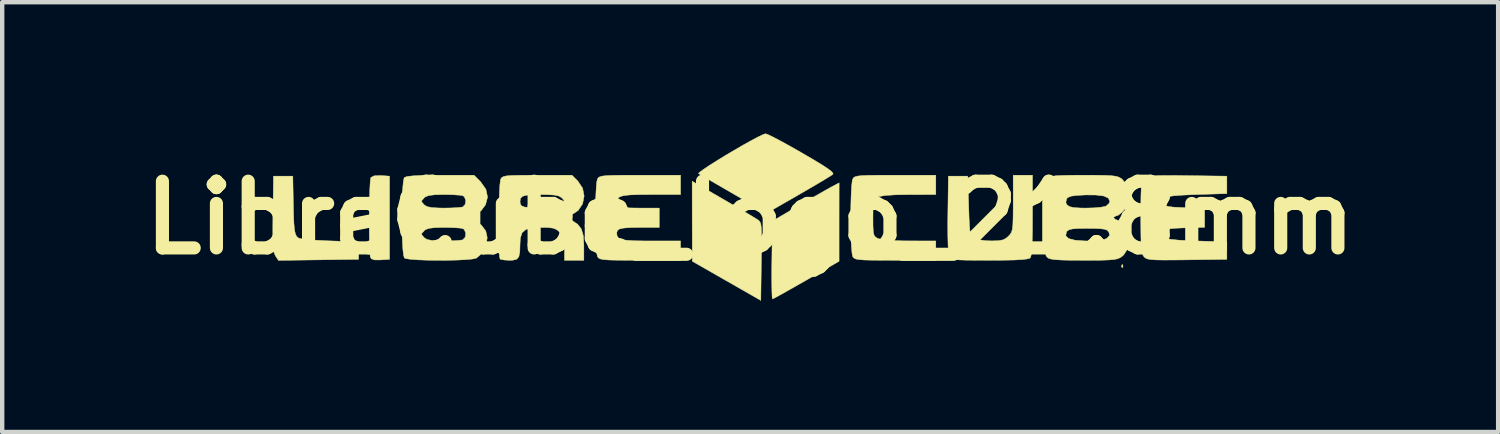
<source format=kicad_pcb>
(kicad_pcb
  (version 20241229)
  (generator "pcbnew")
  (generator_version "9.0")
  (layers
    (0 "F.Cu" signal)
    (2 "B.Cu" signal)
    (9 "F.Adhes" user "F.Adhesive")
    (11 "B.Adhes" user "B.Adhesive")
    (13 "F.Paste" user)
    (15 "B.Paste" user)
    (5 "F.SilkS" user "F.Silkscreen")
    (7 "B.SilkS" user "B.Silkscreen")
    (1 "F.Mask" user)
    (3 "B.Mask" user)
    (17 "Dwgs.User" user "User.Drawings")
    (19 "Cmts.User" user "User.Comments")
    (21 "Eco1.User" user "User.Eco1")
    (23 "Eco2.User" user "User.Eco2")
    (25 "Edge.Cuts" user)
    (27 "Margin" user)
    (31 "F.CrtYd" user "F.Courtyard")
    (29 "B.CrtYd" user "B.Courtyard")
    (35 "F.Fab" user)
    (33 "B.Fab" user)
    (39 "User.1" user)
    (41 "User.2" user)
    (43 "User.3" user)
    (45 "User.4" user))
  (footprint "LibreCube_logo_21.8mm"
    (layer "F.Cu")
    (at 14.086 1.924)
    (property "Reference" "LibreCube_logo_21.8mm" (at 0 0 0) (layer "F.SilkS") (effects (font (size 1.524 1.524) (thickness 0.3))))
    (attr through_hole)
    (fp_poly (pts (xy 8.511 1.075) (xy 8.516 1.127) (xy 8.511 1.134) (xy 8.485 1.128) (xy 8.481 1.104) (xy 8.498 1.068) (xy 8.511 1.075)) (stroke (width 0.01) (type solid)) (fill yes) (layer "F.SilkS"))
    (fp_poly (pts (xy -0.626 -0.428) (xy -0.395 -0.294) (xy -0.186 -0.171) (xy -0.012 -0.068) (xy 0.113 0.008) (xy 0.171 0.044) (xy 0.204 0.069) (xy 0.228 0.102) (xy 0.245 0.154) (xy 0.255 0.238) (xy 0.26 0.366) (xy 0.261 0.551) (xy 0.258 0.803) (xy 0.255 1) (xy 0.243 1.889) (xy -0.54 1.441) (xy -1.322 0.994) (xy -1.324 0.08) (xy -1.325 -0.834) (xy -0.626 -0.428)) (stroke (width 0.01) (type solid)) (fill yes) (layer "F.SilkS"))
    (fp_poly (pts (xy -8.433 -0.964) (xy -8.238 -0.95) (xy -8.238 0.95) (xy -8.443 0.963) (xy -8.579 0.963) (xy -8.651 0.938) (xy -8.675 0.904) (xy -8.685 0.833) (xy -8.693 0.692) (xy -8.698 0.499) (xy -8.701 0.27) (xy -8.701 0.023) (xy -8.699 -0.227) (xy -8.694 -0.461) (xy -8.688 -0.664) (xy -8.679 -0.818) (xy -8.668 -0.907) (xy -8.664 -0.919) (xy -8.59 -0.958) (xy -8.442 -0.964) (xy -8.433 -0.964)) (stroke (width 0.01) (type solid)) (fill yes) (layer "F.SilkS"))
    (fp_poly (pts (xy 2.031 0.098) (xy 2.031 0.994) (xy 1.283 1.425) (xy 1.051 1.557) (xy 0.846 1.673) (xy 0.68 1.766) (xy 0.564 1.829) (xy 0.511 1.855) (xy 0.509 1.855) (xy 0.502 1.813) (xy 0.497 1.696) (xy 0.494 1.517) (xy 0.493 1.289) (xy 0.495 1.026) (xy 0.496 0.966) (xy 0.508 0.076) (xy 1.104 -0.273) (xy 1.324 -0.401) (xy 1.531 -0.52) (xy 1.706 -0.62) (xy 1.831 -0.69) (xy 1.866 -0.709) (xy 2.032 -0.797) (xy 2.031 0.098)) (stroke (width 0.01) (type solid)) (fill yes) (layer "F.SilkS"))
    (fp_poly (pts (xy -10.436 -0.353) (xy -10.43 -0.073) (xy -10.422 0.132) (xy -10.409 0.275) (xy -10.389 0.368) (xy -10.361 0.425) (xy -10.322 0.459) (xy -10.304 0.469) (xy -10.233 0.484) (xy -10.093 0.499) (xy -9.9 0.514) (xy -9.673 0.526) (xy -9.586 0.529) (xy -8.945 0.552) (xy -8.945 0.95) (xy -9.86 0.962) (xy -10.775 0.974) (xy -10.844 0.869) (xy -10.868 0.818) (xy -10.886 0.744) (xy -10.897 0.633) (xy -10.903 0.474) (xy -10.904 0.254) (xy -10.902 -0.041) (xy -10.901 -0.093) (xy -10.889 -0.95) (xy -10.447 -0.95) (xy -10.436 -0.353)) (stroke (width 0.01) (type solid)) (fill yes) (layer "F.SilkS"))
    (fp_poly (pts (xy 0.409 -1.899) (xy 0.53 -1.84) (xy 0.702 -1.75) (xy 0.911 -1.635) (xy 1.146 -1.502) (xy 1.182 -1.481) (xy 1.452 -1.323) (xy 1.652 -1.202) (xy 1.787 -1.112) (xy 1.866 -1.05) (xy 1.894 -1.009) (xy 1.889 -0.991) (xy 1.834 -0.955) (xy 1.716 -0.882) (xy 1.547 -0.781) (xy 1.34 -0.66) (xy 1.109 -0.526) (xy 1.104 -0.523) (xy 0.375 -0.105) (xy -0.375 -0.541) (xy -0.61 -0.677) (xy -0.82 -0.799) (xy -0.993 -0.899) (xy -1.116 -0.971) (xy -1.177 -1.006) (xy -1.179 -1.007) (xy -1.158 -1.037) (xy -1.073 -1.1) (xy -0.938 -1.191) (xy -0.765 -1.3) (xy -0.569 -1.421) (xy -0.362 -1.543) (xy -0.159 -1.661) (xy 0.028 -1.765) (xy 0.185 -1.848) (xy 0.298 -1.902) (xy 0.351 -1.919) (xy 0.409 -1.899)) (stroke (width 0.01) (type solid)) (fill yes) (layer "F.SilkS"))
    (fp_poly (pts (xy 6.449 -0.053) (xy 6.448 0.292) (xy 6.442 0.556) (xy 6.432 0.743) (xy 6.417 0.862) (xy 6.398 0.917) (xy 6.396 0.919) (xy 6.343 0.939) (xy 6.226 0.954) (xy 6.039 0.965) (xy 5.775 0.97) (xy 5.47 0.972) (xy 5.171 0.971) (xy 4.948 0.969) (xy 4.79 0.964) (xy 4.683 0.955) (xy 4.616 0.941) (xy 4.578 0.921) (xy 4.555 0.893) (xy 4.551 0.885) (xy 4.533 0.805) (xy 4.521 0.643) (xy 4.515 0.407) (xy 4.514 0.102) (xy 4.516 -0.076) (xy 4.528 -0.95) (xy 4.97 -0.95) (xy 4.992 -0.266) (xy 5 -0.007) (xy 5.009 0.178) (xy 5.02 0.303) (xy 5.036 0.381) (xy 5.059 0.428) (xy 5.092 0.456) (xy 5.124 0.473) (xy 5.227 0.503) (xy 5.381 0.524) (xy 5.513 0.529) (xy 5.677 0.524) (xy 5.783 0.503) (xy 5.861 0.457) (xy 5.899 0.422) (xy 5.942 0.376) (xy 5.971 0.326) (xy 5.99 0.257) (xy 6.001 0.154) (xy 6.006 -0.001) (xy 6.008 -0.222) (xy 6.008 -0.329) (xy 6.008 -0.972) (xy 6.449 -0.972) (xy 6.449 -0.053)) (stroke (width 0.01) (type solid)) (fill yes) (layer "F.SilkS"))
    (fp_poly (pts (xy 4.241 -0.972) (xy 4.241 -0.53) (xy 3.633 -0.529) (xy 3.322 -0.524) (xy 3.094 -0.51) (xy 2.95 -0.486) (xy 2.915 -0.473) (xy 2.864 -0.442) (xy 2.832 -0.401) (xy 2.814 -0.329) (xy 2.807 -0.209) (xy 2.805 -0.021) (xy 2.805 0) (xy 2.806 0.195) (xy 2.813 0.32) (xy 2.83 0.396) (xy 2.86 0.439) (xy 2.91 0.47) (xy 2.915 0.473) (xy 3.023 0.501) (xy 3.216 0.519) (xy 3.493 0.528) (xy 3.633 0.529) (xy 4.241 0.53) (xy 4.241 0.972) (xy 3.315 0.972) (xy 3.005 0.971) (xy 2.772 0.969) (xy 2.605 0.965) (xy 2.49 0.956) (xy 2.418 0.943) (xy 2.375 0.925) (xy 2.35 0.899) (xy 2.343 0.886) (xy 2.327 0.812) (xy 2.314 0.663) (xy 2.304 0.451) (xy 2.298 0.191) (xy 2.297 0) (xy 2.3 -0.286) (xy 2.307 -0.531) (xy 2.318 -0.722) (xy 2.332 -0.847) (xy 2.343 -0.886) (xy 2.363 -0.915) (xy 2.396 -0.936) (xy 2.455 -0.952) (xy 2.55 -0.962) (xy 2.694 -0.968) (xy 2.897 -0.971) (xy 3.173 -0.972) (xy 3.315 -0.972) (xy 4.241 -0.972)) (stroke (width 0.01) (type solid)) (fill yes) (layer "F.SilkS"))
    (fp_poly (pts (xy -1.59 -0.972) (xy -1.59 -0.53) (xy -2.266 -0.53) (xy -2.548 -0.528) (xy -2.754 -0.521) (xy -2.895 -0.505) (xy -2.983 -0.477) (xy -3.03 -0.436) (xy -3.047 -0.379) (xy -3.048 -0.349) (xy -3.035 -0.295) (xy -2.989 -0.258) (xy -2.895 -0.236) (xy -2.74 -0.224) (xy -2.511 -0.221) (xy -2.492 -0.221) (xy -2.076 -0.221) (xy -2.076 0.221) (xy -2.492 0.221) (xy -2.727 0.224) (xy -2.886 0.235) (xy -2.984 0.256) (xy -3.033 0.292) (xy -3.048 0.345) (xy -3.048 0.349) (xy -3.04 0.415) (xy -3.007 0.462) (xy -2.937 0.495) (xy -2.82 0.515) (xy -2.643 0.526) (xy -2.394 0.53) (xy -2.266 0.53) (xy -1.59 0.53) (xy -1.59 0.972) (xy -2.516 0.972) (xy -2.826 0.971) (xy -3.058 0.969) (xy -3.226 0.965) (xy -3.341 0.956) (xy -3.413 0.943) (xy -3.456 0.925) (xy -3.48 0.899) (xy -3.488 0.886) (xy -3.505 0.811) (xy -3.518 0.665) (xy -3.527 0.466) (xy -3.532 0.233) (xy -3.534 -0.017) (xy -3.532 -0.265) (xy -3.526 -0.495) (xy -3.516 -0.687) (xy -3.503 -0.825) (xy -3.488 -0.886) (xy -3.468 -0.915) (xy -3.435 -0.936) (xy -3.376 -0.952) (xy -3.281 -0.962) (xy -3.137 -0.968) (xy -2.934 -0.971) (xy -2.658 -0.972) (xy -2.516 -0.972) (xy -1.59 -0.972)) (stroke (width 0.01) (type solid)) (fill yes) (layer "F.SilkS"))
    (fp_poly (pts (xy 9.745 -0.965) (xy 9.988 -0.962) (xy 10.889 -0.95) (xy 10.889 -0.552) (xy 10.195 -0.53) (xy 9.896 -0.518) (xy 9.677 -0.502) (xy 9.529 -0.479) (xy 9.442 -0.448) (xy 9.409 -0.405) (xy 9.421 -0.348) (xy 9.437 -0.319) (xy 9.475 -0.283) (xy 9.545 -0.258) (xy 9.665 -0.243) (xy 9.851 -0.233) (xy 9.933 -0.23) (xy 10.381 -0.218) (xy 10.381 0.218) (xy 9.933 0.23) (xy 9.72 0.239) (xy 9.58 0.252) (xy 9.494 0.273) (xy 9.447 0.305) (xy 9.437 0.319) (xy 9.409 0.382) (xy 9.422 0.431) (xy 9.485 0.467) (xy 9.606 0.493) (xy 9.793 0.512) (xy 10.057 0.525) (xy 10.195 0.53) (xy 10.889 0.552) (xy 10.889 0.95) (xy 9.98 0.962) (xy 9.672 0.965) (xy 9.441 0.966) (xy 9.274 0.963) (xy 9.158 0.955) (xy 9.083 0.943) (xy 9.035 0.924) (xy 9.002 0.897) (xy 8.997 0.892) (xy 8.97 0.852) (xy 8.951 0.79) (xy 8.938 0.695) (xy 8.929 0.552) (xy 8.925 0.35) (xy 8.923 0.075) (xy 8.923 -0.008) (xy 8.924 -0.298) (xy 8.927 -0.514) (xy 8.933 -0.667) (xy 8.944 -0.77) (xy 8.961 -0.836) (xy 8.985 -0.878) (xy 9.005 -0.9) (xy 9.042 -0.925) (xy 9.097 -0.943) (xy 9.183 -0.956) (xy 9.312 -0.963) (xy 9.495 -0.966) (xy 9.745 -0.965)) (stroke (width 0.01) (type solid)) (fill yes) (layer "F.SilkS"))
    (fp_poly (pts (xy -3.935 -0.836) (xy -3.827 -0.674) (xy -3.793 -0.494) (xy -3.828 -0.317) (xy -3.929 -0.166) (xy -4.077 -0.067) (xy -4.212 -0.01) (xy -4.074 0.061) (xy -3.941 0.148) (xy -3.857 0.256) (xy -3.813 0.405) (xy -3.799 0.618) (xy -3.799 0.65) (xy -3.799 0.972) (xy -4.241 0.972) (xy -4.241 0.705) (xy -4.247 0.543) (xy -4.271 0.437) (xy -4.322 0.358) (xy -4.349 0.329) (xy -4.421 0.27) (xy -4.503 0.237) (xy -4.625 0.223) (xy -4.759 0.221) (xy -4.978 0.231) (xy -5.123 0.267) (xy -5.209 0.341) (xy -5.249 0.461) (xy -5.257 0.595) (xy -5.262 0.778) (xy -5.284 0.89) (xy -5.334 0.948) (xy -5.424 0.97) (xy -5.497 0.972) (xy -5.619 0.965) (xy -5.701 0.949) (xy -5.713 0.942) (xy -5.725 0.887) (xy -5.734 0.76) (xy -5.74 0.578) (xy -5.743 0.357) (xy -5.743 0.113) (xy -5.74 -0.136) (xy -5.735 -0.374) (xy -5.735 -0.374) (xy -5.257 -0.374) (xy -5.25 -0.311) (xy -5.22 -0.269) (xy -5.15 -0.244) (xy -5.028 -0.231) (xy -4.836 -0.225) (xy -4.763 -0.224) (xy -4.557 -0.227) (xy -4.422 -0.24) (xy -4.34 -0.268) (xy -4.31 -0.29) (xy -4.252 -0.356) (xy -4.256 -0.402) (xy -4.31 -0.461) (xy -4.374 -0.498) (xy -4.486 -0.52) (xy -4.663 -0.529) (xy -4.748 -0.53) (xy -4.969 -0.527) (xy -5.116 -0.514) (xy -5.204 -0.488) (xy -5.246 -0.443) (xy -5.257 -0.376) (xy -5.257 -0.374) (xy -5.735 -0.374) (xy -5.727 -0.585) (xy -5.717 -0.752) (xy -5.704 -0.859) (xy -5.697 -0.886) (xy -5.675 -0.917) (xy -5.638 -0.939) (xy -5.575 -0.955) (xy -5.47 -0.964) (xy -5.314 -0.969) (xy -5.091 -0.971) (xy -4.861 -0.972) (xy -4.071 -0.972) (xy -3.935 -0.836)) (stroke (width 0.01) (type solid)) (fill yes) (layer "F.SilkS"))
    (fp_poly (pts (xy -6.308 -0.972) (xy -6.158 -0.822) (xy -6.037 -0.651) (xy -5.999 -0.472) (xy -6.045 -0.297) (xy -6.137 -0.173) (xy -6.234 -0.091) (xy -6.319 -0.047) (xy -6.336 -0.044) (xy -6.396 -0.021) (xy -6.405 0) (xy -6.369 0.039) (xy -6.336 0.044) (xy -6.262 0.074) (xy -6.165 0.147) (xy -6.137 0.173) (xy -6.04 0.302) (xy -6.008 0.445) (xy -6.008 0.465) (xy -6.04 0.653) (xy -6.127 0.814) (xy -6.252 0.92) (xy -6.26 0.924) (xy -6.346 0.943) (xy -6.496 0.957) (xy -6.694 0.967) (xy -6.922 0.972) (xy -7.16 0.973) (xy -7.393 0.969) (xy -7.6 0.961) (xy -7.766 0.948) (xy -7.872 0.931) (xy -7.898 0.919) (xy -7.918 0.856) (xy -7.933 0.722) (xy -7.944 0.533) (xy -7.949 0.375) (xy -7.51 0.375) (xy -7.482 0.415) (xy -7.44 0.461) (xy -7.376 0.498) (xy -7.264 0.52) (xy -7.087 0.529) (xy -7.002 0.53) (xy -6.823 0.527) (xy -6.672 0.519) (xy -6.577 0.507) (xy -6.563 0.503) (xy -6.508 0.443) (xy -6.497 0.35) (xy -6.532 0.269) (xy -6.563 0.248) (xy -6.638 0.235) (xy -6.776 0.226) (xy -6.949 0.221) (xy -7.002 0.221) (xy -7.207 0.226) (xy -7.341 0.243) (xy -7.421 0.274) (xy -7.44 0.29) (xy -7.495 0.351) (xy -7.51 0.375) (xy -7.949 0.375) (xy -7.951 0.307) (xy -7.954 0.06) (xy -7.953 -0.192) (xy -7.949 -0.375) (xy -7.51 -0.375) (xy -7.482 -0.336) (xy -7.44 -0.29) (xy -7.376 -0.253) (xy -7.264 -0.231) (xy -7.087 -0.222) (xy -7.002 -0.221) (xy -6.823 -0.224) (xy -6.672 -0.232) (xy -6.577 -0.244) (xy -6.563 -0.248) (xy -6.508 -0.308) (xy -6.497 -0.401) (xy -6.532 -0.482) (xy -6.563 -0.503) (xy -6.638 -0.516) (xy -6.776 -0.525) (xy -6.949 -0.53) (xy -7.002 -0.53) (xy -7.207 -0.525) (xy -7.341 -0.508) (xy -7.421 -0.477) (xy -7.44 -0.461) (xy -7.495 -0.4) (xy -7.51 -0.375) (xy -7.949 -0.375) (xy -7.948 -0.43) (xy -7.939 -0.639) (xy -7.925 -0.801) (xy -7.908 -0.899) (xy -7.898 -0.919) (xy -7.841 -0.941) (xy -7.715 -0.956) (xy -7.516 -0.967) (xy -7.236 -0.971) (xy -7.077 -0.972) (xy -6.308 -0.972)) (stroke (width 0.01) (type solid)) (fill yes) (layer "F.SilkS"))
    (fp_poly (pts (xy 7.897 -0.971) (xy 8.103 -0.968) (xy 8.249 -0.961) (xy 8.349 -0.948) (xy 8.418 -0.929) (xy 8.47 -0.901) (xy 8.496 -0.881) (xy 8.606 -0.747) (xy 8.666 -0.576) (xy 8.666 -0.405) (xy 8.653 -0.361) (xy 8.586 -0.236) (xy 8.496 -0.126) (xy 8.406 -0.056) (xy 8.363 -0.044) (xy 8.31 -0.018) (xy 8.305 0) (xy 8.34 0.04) (xy 8.363 0.044) (xy 8.443 0.08) (xy 8.537 0.171) (xy 8.619 0.29) (xy 8.653 0.361) (xy 8.673 0.526) (xy 8.629 0.7) (xy 8.532 0.849) (xy 8.496 0.881) (xy 8.448 0.914) (xy 8.39 0.938) (xy 8.309 0.954) (xy 8.19 0.964) (xy 8.019 0.97) (xy 7.782 0.972) (xy 7.617 0.972) (xy 7.331 0.971) (xy 7.12 0.966) (xy 6.972 0.958) (xy 6.874 0.944) (xy 6.814 0.924) (xy 6.784 0.902) (xy 6.759 0.865) (xy 6.741 0.801) (xy 6.728 0.699) (xy 6.72 0.547) (xy 6.717 0.41) (xy 7.208 0.41) (xy 7.272 0.474) (xy 7.419 0.513) (xy 7.652 0.53) (xy 7.708 0.53) (xy 7.943 0.521) (xy 8.096 0.494) (xy 8.153 0.466) (xy 8.211 0.403) (xy 8.195 0.332) (xy 8.189 0.323) (xy 8.155 0.285) (xy 8.094 0.262) (xy 7.989 0.249) (xy 7.823 0.243) (xy 7.708 0.243) (xy 7.504 0.245) (xy 7.37 0.254) (xy 7.289 0.272) (xy 7.243 0.302) (xy 7.227 0.323) (xy 7.208 0.41) (xy 6.717 0.41) (xy 6.716 0.332) (xy 6.714 0.042) (xy 6.714 0) (xy 6.715 -0.3) (xy 6.716 -0.347) (xy 7.21 -0.347) (xy 7.241 -0.291) (xy 7.295 -0.254) (xy 7.392 -0.232) (xy 7.55 -0.222) (xy 7.672 -0.221) (xy 7.855 -0.226) (xy 8.012 -0.24) (xy 8.115 -0.26) (xy 8.131 -0.267) (xy 8.2 -0.329) (xy 8.216 -0.375) (xy 8.182 -0.449) (xy 8.077 -0.497) (xy 7.896 -0.52) (xy 7.657 -0.521) (xy 7.459 -0.51) (xy 7.332 -0.493) (xy 7.259 -0.464) (xy 7.23 -0.434) (xy 7.21 -0.347) (xy 6.716 -0.347) (xy 6.719 -0.523) (xy 6.727 -0.683) (xy 6.739 -0.791) (xy 6.756 -0.859) (xy 6.78 -0.899) (xy 6.784 -0.902) (xy 6.823 -0.928) (xy 6.89 -0.947) (xy 6.997 -0.96) (xy 7.156 -0.967) (xy 7.381 -0.971) (xy 7.617 -0.972) (xy 7.897 -0.971)) (stroke (width 0.01) (type solid)) (fill yes) (layer "F.SilkS")))
  (gr_rect
    (start -3 -3)
    (end 31.172 6.818)
    (stroke (width 0.1) (type default))
    (fill no)
    (layer "Edge.Cuts")))
</source>
